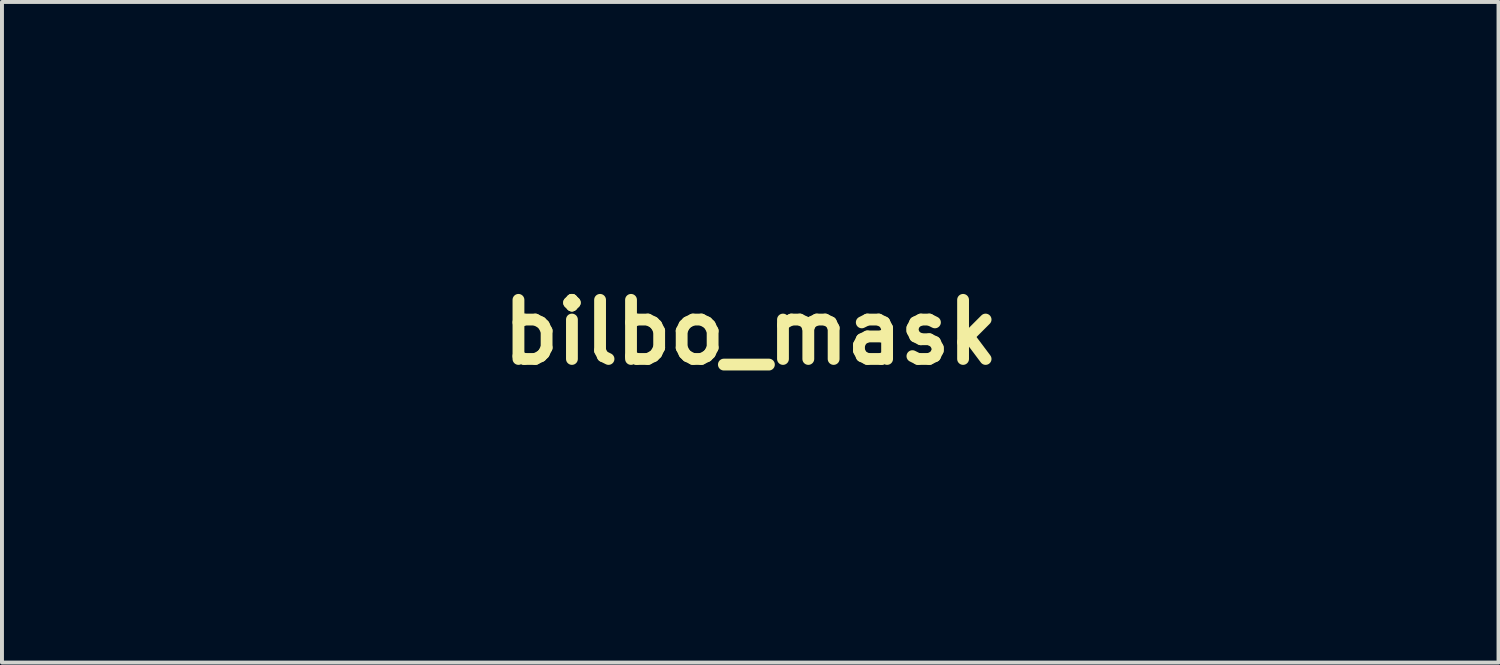
<source format=kicad_pcb>
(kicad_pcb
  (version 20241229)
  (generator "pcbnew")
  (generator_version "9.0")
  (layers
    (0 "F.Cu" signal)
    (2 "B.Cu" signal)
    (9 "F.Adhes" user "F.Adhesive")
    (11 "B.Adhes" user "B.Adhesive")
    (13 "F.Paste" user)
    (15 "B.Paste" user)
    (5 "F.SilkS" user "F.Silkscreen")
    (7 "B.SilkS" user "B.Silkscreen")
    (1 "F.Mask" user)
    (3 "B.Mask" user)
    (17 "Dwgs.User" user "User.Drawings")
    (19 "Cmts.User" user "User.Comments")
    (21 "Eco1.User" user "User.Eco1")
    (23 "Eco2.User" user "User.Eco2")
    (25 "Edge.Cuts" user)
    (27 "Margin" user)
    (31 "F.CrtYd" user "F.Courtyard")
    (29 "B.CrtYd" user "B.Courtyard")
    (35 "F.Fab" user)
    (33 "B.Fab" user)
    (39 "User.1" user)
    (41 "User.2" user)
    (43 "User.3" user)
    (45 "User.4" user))
  (footprint "bilbo_mask"
    (layer "F.Cu")
    (at 16.003 5.383)
    (property "Reference" "bilbo_mask" (at 0 0 0) (layer "F.SilkS") (effects (font (size 1.5 1.5) (thickness 0.3))))
    (attr board_only exclude_from_pos_files exclude_from_bom)
    (fp_poly (pts (xy -12.251 -2.475) (xy -11.998 -2.472) (xy -11.788 -2.469) (xy -11.615 -2.466) (xy -11.477 -2.462) (xy -11.366 -2.458) (xy -11.28 -2.452) (xy -11.212 -2.446) (xy -11.159 -2.437) (xy -11.115 -2.428) (xy -11.102 -2.424) (xy -10.86 -2.336) (xy -10.657 -2.222) (xy -10.493 -2.081) (xy -10.368 -1.913) (xy -10.282 -1.718) (xy -10.265 -1.661) (xy -10.243 -1.537) (xy -10.234 -1.383) (xy -10.236 -1.217) (xy -10.251 -1.055) (xy -10.269 -0.947) (xy -10.35 -0.689) (xy -10.473 -0.451) (xy -10.633 -0.238) (xy -10.827 -0.054) (xy -11.053 0.095) (xy -11.115 0.128) (xy -11.214 0.176) (xy -11.303 0.217) (xy -11.386 0.25) (xy -11.469 0.277) (xy -11.557 0.298) (xy -11.656 0.315) (xy -11.771 0.327) (xy -11.907 0.336) (xy -12.071 0.342) (xy -12.266 0.347) (xy -12.499 0.35) (xy -12.737 0.352) (xy -13.752 0.361) (xy -13.669 -0.119) (xy -13.189 -0.119) (xy -12.527 -0.119) (xy -12.325 -0.12) (xy -12.163 -0.121) (xy -12.034 -0.124) (xy -11.932 -0.128) (xy -11.849 -0.135) (xy -11.779 -0.144) (xy -11.713 -0.157) (xy -11.665 -0.168) (xy -11.419 -0.247) (xy -11.208 -0.359) (xy -11.031 -0.501) (xy -10.891 -0.672) (xy -10.789 -0.87) (xy -10.726 -1.093) (xy -10.705 -1.324) (xy -10.719 -1.505) (xy -10.766 -1.654) (xy -10.847 -1.774) (xy -10.966 -1.868) (xy -11.124 -1.936) (xy -11.305 -1.979) (xy -11.382 -1.987) (xy -11.502 -1.993) (xy -11.661 -1.997) (xy -11.853 -1.999) (xy -12.075 -1.999) (xy -12.163 -1.998) (xy -12.865 -1.991) (xy -13.013 -1.145) (xy -13.048 -0.946) (xy -13.08 -0.759) (xy -13.11 -0.589) (xy -13.135 -0.443) (xy -13.155 -0.327) (xy -13.169 -0.246) (xy -13.175 -0.209) (xy -13.189 -0.119) (xy -13.669 -0.119) (xy -13.52 -0.982) (xy -13.476 -1.231) (xy -13.435 -1.468) (xy -13.397 -1.689) (xy -13.362 -1.888) (xy -13.332 -2.061) (xy -13.307 -2.204) (xy -13.288 -2.313) (xy -13.276 -2.382) (xy -13.272 -2.405) (xy -13.258 -2.484)) (stroke (width 0) (type solid)) (fill yes) (layer "F.Mask"))
    (fp_poly (pts (xy 12.189 0.477) (xy 12.446 0.525) (xy 12.694 0.61) (xy 12.928 0.731) (xy 13.144 0.887) (xy 13.338 1.077) (xy 13.504 1.301) (xy 13.618 1.509) (xy 13.702 1.716) (xy 13.754 1.916) (xy 13.779 2.126) (xy 13.78 2.358) (xy 13.771 2.501) (xy 13.758 2.613) (xy 13.736 2.715) (xy 13.703 2.824) (xy 13.696 2.844) (xy 13.629 3.018) (xy 13.554 3.167) (xy 13.462 3.304) (xy 13.344 3.444) (xy 13.249 3.543) (xy 13.062 3.712) (xy 12.87 3.843) (xy 12.658 3.945) (xy 12.485 4.006) (xy 12.337 4.04) (xy 12.161 4.062) (xy 11.974 4.07) (xy 11.796 4.065) (xy 11.644 4.045) (xy 11.639 4.044) (xy 11.353 3.96) (xy 11.094 3.839) (xy 10.86 3.677) (xy 10.767 3.596) (xy 10.564 3.375) (xy 10.403 3.135) (xy 10.285 2.876) (xy 10.213 2.602) (xy 10.185 2.312) (xy 10.184 2.278) (xy 10.188 2.229) (xy 10.639 2.229) (xy 10.653 2.462) (xy 10.709 2.697) (xy 10.783 2.876) (xy 10.905 3.072) (xy 11.065 3.247) (xy 11.254 3.395) (xy 11.466 3.511) (xy 11.693 3.588) (xy 11.758 3.602) (xy 11.865 3.613) (xy 11.998 3.614) (xy 12.14 3.605) (xy 12.27 3.587) (xy 12.356 3.568) (xy 12.585 3.475) (xy 12.793 3.341) (xy 12.941 3.209) (xy 13.1 3.018) (xy 13.216 2.813) (xy 13.291 2.6) (xy 13.328 2.382) (xy 13.328 2.165) (xy 13.293 1.951) (xy 13.225 1.747) (xy 13.125 1.555) (xy 12.996 1.381) (xy 12.84 1.229) (xy 12.658 1.104) (xy 12.451 1.009) (xy 12.223 0.95) (xy 11.985 0.93) (xy 11.736 0.952) (xy 11.507 1.014) (xy 11.298 1.113) (xy 11.113 1.244) (xy 10.955 1.403) (xy 10.825 1.585) (xy 10.728 1.786) (xy 10.665 2.002) (xy 10.639 2.229) (xy 10.188 2.229) (xy 10.206 1.98) (xy 10.272 1.702) (xy 10.381 1.442) (xy 10.535 1.201) (xy 10.709 1.001) (xy 10.926 0.813) (xy 11.161 0.666) (xy 11.409 0.56) (xy 11.666 0.494) (xy 11.928 0.466)) (stroke (width 0) (type solid)) (fill yes) (layer "F.Mask"))
    (fp_poly (pts (xy -13.208 0.976) (xy -13.023 0.977) (xy -12.831 0.979) (xy -12.638 0.981) (xy -12.451 0.983) (xy -12.275 0.986) (xy -12.116 0.99) (xy -11.98 0.993) (xy -11.873 0.997) (xy -11.801 1.001) (xy -11.781 1.002) (xy -11.518 1.052) (xy -11.29 1.131) (xy -11.098 1.241) (xy -10.94 1.384) (xy -10.815 1.559) (xy -10.731 1.738) (xy -10.677 1.94) (xy -10.653 2.167) (xy -10.658 2.408) (xy -10.691 2.652) (xy -10.75 2.888) (xy -10.835 3.105) (xy -10.881 3.194) (xy -11.006 3.373) (xy -11.167 3.546) (xy -11.355 3.703) (xy -11.559 3.837) (xy -11.731 3.922) (xy -11.833 3.964) (xy -11.927 3.997) (xy -12.02 4.024) (xy -12.117 4.045) (xy -12.225 4.061) (xy -12.351 4.072) (xy -12.501 4.08) (xy -12.682 4.085) (xy -12.9 4.088) (xy -13.058 4.089) (xy -13.262 4.09) (xy -13.465 4.091) (xy -13.657 4.09) (xy -13.831 4.09) (xy -13.977 4.088) (xy -14.087 4.087) (xy -14.12 4.086) (xy -14.396 4.077) (xy -14.318 3.629) (xy -13.84 3.629) (xy -13.055 3.619) (xy -12.83 3.616) (xy -12.648 3.612) (xy -12.502 3.608) (xy -12.386 3.602) (xy -12.297 3.596) (xy -12.227 3.588) (xy -12.171 3.578) (xy -12.128 3.567) (xy -11.951 3.503) (xy -11.775 3.414) (xy -11.614 3.311) (xy -11.49 3.207) (xy -11.361 3.054) (xy -11.259 2.881) (xy -11.184 2.696) (xy -11.136 2.505) (xy -11.117 2.313) (xy -11.125 2.128) (xy -11.162 1.956) (xy -11.227 1.803) (xy -11.321 1.676) (xy -11.425 1.593) (xy -11.485 1.558) (xy -11.549 1.53) (xy -11.622 1.508) (xy -11.708 1.49) (xy -11.814 1.477) (xy -11.943 1.467) (xy -12.102 1.461) (xy -12.295 1.457) (xy -12.528 1.455) (xy -12.664 1.455) (xy -13.463 1.455) (xy -13.639 2.474) (xy -13.676 2.691) (xy -13.711 2.896) (xy -13.743 3.082) (xy -13.772 3.245) (xy -13.795 3.38) (xy -13.813 3.482) (xy -13.824 3.545) (xy -13.827 3.562) (xy -13.84 3.629) (xy -14.318 3.629) (xy -14.127 2.533) (xy -14.081 2.269) (xy -14.037 2.018) (xy -13.997 1.785) (xy -13.96 1.575) (xy -13.928 1.39) (xy -13.901 1.235) (xy -13.88 1.114) (xy -13.866 1.03) (xy -13.858 0.988) (xy -13.857 0.984) (xy -13.834 0.981) (xy -13.769 0.978) (xy -13.668 0.977) (xy -13.537 0.976) (xy -13.382 0.976)) (stroke (width 0) (type solid)) (fill yes) (layer "F.Mask"))
    (fp_poly (pts (xy 4.216 0.984) (xy 4.472 0.986) (xy 4.684 0.988) (xy 4.859 0.991) (xy 5.001 0.994) (xy 5.114 0.998) (xy 5.205 1.002) (xy 5.277 1.008) (xy 5.335 1.015) (xy 5.385 1.024) (xy 5.432 1.035) (xy 5.469 1.045) (xy 5.705 1.13) (xy 5.903 1.244) (xy 6.064 1.389) (xy 6.188 1.563) (xy 6.219 1.622) (xy 6.274 1.751) (xy 6.311 1.873) (xy 6.333 2.002) (xy 6.341 2.149) (xy 6.339 2.33) (xy 6.338 2.353) (xy 6.314 2.625) (xy 6.262 2.864) (xy 6.179 3.079) (xy 6.062 3.277) (xy 5.907 3.466) (xy 5.845 3.531) (xy 5.634 3.712) (xy 5.404 3.857) (xy 5.145 3.969) (xy 4.966 4.024) (xy 4.901 4.041) (xy 4.842 4.054) (xy 4.783 4.065) (xy 4.718 4.073) (xy 4.64 4.079) (xy 4.544 4.083) (xy 4.422 4.086) (xy 4.269 4.088) (xy 4.078 4.089) (xy 3.947 4.09) (xy 3.743 4.091) (xy 3.54 4.091) (xy 3.347 4.09) (xy 3.174 4.088) (xy 3.027 4.085) (xy 2.917 4.082) (xy 2.884 4.081) (xy 2.607 4.066) (xy 2.687 3.607) (xy 3.171 3.607) (xy 3.194 3.612) (xy 3.259 3.616) (xy 3.359 3.62) (xy 3.49 3.622) (xy 3.643 3.624) (xy 3.815 3.625) (xy 3.849 3.625) (xy 4.083 3.624) (xy 4.275 3.622) (xy 4.432 3.617) (xy 4.559 3.609) (xy 4.662 3.599) (xy 4.735 3.589) (xy 4.991 3.522) (xy 5.225 3.416) (xy 5.432 3.275) (xy 5.489 3.224) (xy 5.64 3.057) (xy 5.752 2.873) (xy 5.827 2.667) (xy 5.866 2.433) (xy 5.874 2.254) (xy 5.863 2.055) (xy 5.826 1.892) (xy 5.763 1.761) (xy 5.669 1.655) (xy 5.571 1.586) (xy 5.51 1.553) (xy 5.445 1.526) (xy 5.372 1.505) (xy 5.285 1.488) (xy 5.178 1.475) (xy 5.047 1.466) (xy 4.887 1.46) (xy 4.691 1.457) (xy 4.455 1.455) (xy 4.339 1.455) (xy 3.539 1.455) (xy 3.354 2.522) (xy 3.317 2.742) (xy 3.281 2.947) (xy 3.25 3.133) (xy 3.222 3.295) (xy 3.2 3.428) (xy 3.183 3.528) (xy 3.174 3.589) (xy 3.171 3.607) (xy 2.687 3.607) (xy 2.866 2.576) (xy 2.911 2.314) (xy 2.954 2.065) (xy 2.995 1.833) (xy 3.031 1.623) (xy 3.064 1.437) (xy 3.091 1.282) (xy 3.113 1.159) (xy 3.128 1.075) (xy 3.136 1.033) (xy 3.137 1.03) (xy 3.15 0.974)) (stroke (width 0) (type solid)) (fill yes) (layer "F.Mask"))
    (fp_poly (pts (xy 4.753 -2.475) (xy 5.014 -2.472) (xy 5.232 -2.469) (xy 5.413 -2.465) (xy 5.562 -2.46) (xy 5.684 -2.453) (xy 5.785 -2.443) (xy 5.869 -2.431) (xy 5.942 -2.414) (xy 6.009 -2.393) (xy 6.076 -2.367) (xy 6.146 -2.336) (xy 6.194 -2.314) (xy 6.378 -2.204) (xy 6.529 -2.062) (xy 6.644 -1.891) (xy 6.724 -1.694) (xy 6.767 -1.475) (xy 6.771 -1.237) (xy 6.736 -0.983) (xy 6.725 -0.933) (xy 6.639 -0.666) (xy 6.517 -0.43) (xy 6.358 -0.223) (xy 6.161 -0.044) (xy 5.924 0.109) (xy 5.855 0.144) (xy 5.763 0.189) (xy 5.68 0.226) (xy 5.601 0.257) (xy 5.52 0.282) (xy 5.433 0.302) (xy 5.333 0.317) (xy 5.215 0.329) (xy 5.075 0.337) (xy 4.907 0.343) (xy 4.705 0.347) (xy 4.465 0.35) (xy 4.265 0.352) (xy 4.018 0.354) (xy 3.815 0.356) (xy 3.651 0.356) (xy 3.522 0.356) (xy 3.424 0.355) (xy 3.353 0.352) (xy 3.305 0.348) (xy 3.276 0.343) (xy 3.261 0.336) (xy 3.256 0.327) (xy 3.257 0.318) (xy 3.263 0.287) (xy 3.276 0.213) (xy 3.295 0.101) (xy 3.321 -0.045) (xy 3.334 -0.119) (xy 3.81 -0.119) (xy 4.458 -0.119) (xy 4.677 -0.12) (xy 4.855 -0.122) (xy 4.998 -0.127) (xy 5.112 -0.134) (xy 5.204 -0.143) (xy 5.28 -0.155) (xy 5.29 -0.157) (xy 5.534 -0.227) (xy 5.749 -0.332) (xy 5.932 -0.468) (xy 6.081 -0.632) (xy 6.193 -0.821) (xy 6.265 -1.034) (xy 6.295 -1.266) (xy 6.296 -1.312) (xy 6.289 -1.466) (xy 6.267 -1.585) (xy 6.226 -1.681) (xy 6.172 -1.755) (xy 6.114 -1.815) (xy 6.05 -1.865) (xy 5.977 -1.905) (xy 5.888 -1.937) (xy 5.78 -1.962) (xy 5.648 -1.979) (xy 5.485 -1.991) (xy 5.288 -1.999) (xy 5.052 -2.002) (xy 4.865 -2.003) (xy 4.137 -2.003) (xy 3.986 -1.127) (xy 3.951 -0.926) (xy 3.919 -0.737) (xy 3.889 -0.568) (xy 3.864 -0.422) (xy 3.844 -0.306) (xy 3.83 -0.225) (xy 3.823 -0.185) (xy 3.822 -0.185) (xy 3.81 -0.119) (xy 3.334 -0.119) (xy 3.351 -0.22) (xy 3.386 -0.42) (xy 3.424 -0.642) (xy 3.465 -0.879) (xy 3.494 -1.049) (xy 3.536 -1.296) (xy 3.577 -1.53) (xy 3.614 -1.746) (xy 3.648 -1.94) (xy 3.677 -2.108) (xy 3.701 -2.246) (xy 3.719 -2.348) (xy 3.73 -2.411) (xy 3.734 -2.429) (xy 3.746 -2.484)) (stroke (width 0) (type solid)) (fill yes) (layer "F.Mask"))
    (fp_poly (pts (xy -5.153 -3.631) (xy -5.157 -3.601) (xy -5.169 -3.527) (xy -5.188 -3.41) (xy -5.215 -3.253) (xy -5.248 -3.058) (xy -5.287 -2.829) (xy -5.332 -2.566) (xy -5.382 -2.273) (xy -5.438 -1.951) (xy -5.497 -1.604) (xy -5.562 -1.233) (xy -5.629 -0.84) (xy -5.701 -0.429) (xy -5.775 -0.002) (xy -5.852 0.44) (xy -5.922 0.847) (xy -6.69 5.259) (xy -7.65 5.265) (xy -7.902 5.266) (xy -8.119 5.266) (xy -8.3 5.264) (xy -8.441 5.262) (xy -8.541 5.258) (xy -8.598 5.253) (xy -8.61 5.248) (xy -8.606 5.223) (xy -8.594 5.154) (xy -8.575 5.043) (xy -8.55 4.894) (xy -8.533 4.799) (xy -8.045 4.799) (xy -8.045 4.8) (xy -8.018 4.806) (xy -7.953 4.811) (xy -7.858 4.814) (xy -7.743 4.817) (xy -7.615 4.817) (xy -7.484 4.817) (xy -7.36 4.815) (xy -7.25 4.812) (xy -7.164 4.807) (xy -7.11 4.802) (xy -7.098 4.797) (xy -7.093 4.773) (xy -7.08 4.704) (xy -7.06 4.594) (xy -7.034 4.447) (xy -7.001 4.264) (xy -6.963 4.048) (xy -6.92 3.804) (xy -6.873 3.533) (xy -6.821 3.238) (xy -6.766 2.923) (xy -6.707 2.591) (xy -6.647 2.244) (xy -6.584 1.886) (xy -6.52 1.519) (xy -6.454 1.146) (xy -6.389 0.77) (xy -6.323 0.395) (xy -6.258 0.023) (xy -6.195 -0.344) (xy -6.132 -0.701) (xy -6.072 -1.046) (xy -6.015 -1.376) (xy -5.961 -1.688) (xy -5.91 -1.98) (xy -5.864 -2.247) (xy -5.822 -2.488) (xy -5.786 -2.7) (xy -5.755 -2.878) (xy -5.731 -3.021) (xy -5.713 -3.126) (xy -5.703 -3.189) (xy -5.7 -3.207) (xy -5.723 -3.211) (xy -5.786 -3.214) (xy -5.883 -3.215) (xy -6.006 -3.216) (xy -6.148 -3.215) (xy -6.183 -3.214) (xy -6.666 -3.208) (xy -7.361 0.787) (xy -7.435 1.217) (xy -7.508 1.634) (xy -7.577 2.036) (xy -7.643 2.42) (xy -7.706 2.785) (xy -7.765 3.127) (xy -7.819 3.444) (xy -7.869 3.734) (xy -7.913 3.995) (xy -7.952 4.223) (xy -7.984 4.417) (xy -8.01 4.574) (xy -8.029 4.692) (xy -8.041 4.767) (xy -8.045 4.799) (xy -8.533 4.799) (xy -8.518 4.709) (xy -8.48 4.49) (xy -8.437 4.242) (xy -8.39 3.967) (xy -8.338 3.666) (xy -8.282 3.344) (xy -8.223 3.003) (xy -8.161 2.646) (xy -8.097 2.276) (xy -8.031 1.895) (xy -7.964 1.506) (xy -7.895 1.112) (xy -7.827 0.716) (xy -7.758 0.321) (xy -7.69 -0.071) (xy -7.623 -0.457) (xy -7.558 -0.833) (xy -7.494 -1.198) (xy -7.434 -1.548) (xy -7.376 -1.88) (xy -7.321 -2.193) (xy -7.271 -2.482) (xy -7.225 -2.745) (xy -7.184 -2.98) (xy -7.149 -3.183) (xy -7.119 -3.352) (xy -7.096 -3.483) (xy -7.08 -3.575) (xy -7.071 -3.624) (xy -7.07 -3.631) (xy -7.056 -3.697) (xy -6.104 -3.697) (xy -5.152 -3.697)) (stroke (width 0) (type solid)) (fill yes) (layer "F.Mask"))
    (fp_poly (pts (xy -2.653 -3.696) (xy -2.46 -3.695) (xy -2.288 -3.693) (xy -2.141 -3.691) (xy -2.024 -3.687) (xy -1.943 -3.684) (xy -1.903 -3.68) (xy -1.9 -3.679) (xy -1.903 -3.654) (xy -1.914 -3.584) (xy -1.932 -3.473) (xy -1.956 -3.322) (xy -1.988 -3.134) (xy -2.025 -2.913) (xy -2.068 -2.659) (xy -2.116 -2.377) (xy -2.169 -2.068) (xy -2.227 -1.735) (xy -2.288 -1.38) (xy -2.352 -1.006) (xy -2.42 -0.617) (xy -2.49 -0.213) (xy -2.519 -0.048) (xy -2.59 0.361) (xy -2.659 0.757) (xy -2.725 1.138) (xy -2.788 1.501) (xy -2.847 1.844) (xy -2.903 2.164) (xy -2.953 2.458) (xy -2.999 2.724) (xy -3.04 2.96) (xy -3.075 3.163) (xy -3.103 3.33) (xy -3.125 3.458) (xy -3.14 3.546) (xy -3.147 3.59) (xy -3.148 3.595) (xy -3.139 3.601) (xy -3.11 3.606) (xy -3.06 3.61) (xy -2.984 3.614) (xy -2.88 3.617) (xy -2.747 3.619) (xy -2.58 3.621) (xy -2.379 3.623) (xy -2.139 3.624) (xy -1.858 3.625) (xy -1.534 3.625) (xy -1.288 3.625) (xy -0.938 3.625) (xy -0.633 3.626) (xy -0.37 3.626) (xy -0.146 3.627) (xy 0.041 3.629) (xy 0.195 3.631) (xy 0.318 3.633) (xy 0.413 3.636) (xy 0.483 3.64) (xy 0.531 3.644) (xy 0.56 3.649) (xy 0.572 3.655) (xy 0.572 3.657) (xy 0.568 3.687) (xy 0.557 3.756) (xy 0.54 3.859) (xy 0.518 3.988) (xy 0.492 4.137) (xy 0.464 4.298) (xy 0.434 4.465) (xy 0.405 4.632) (xy 0.377 4.79) (xy 0.351 4.933) (xy 0.329 5.055) (xy 0.311 5.148) (xy 0.3 5.206) (xy 0.298 5.217) (xy 0.285 5.271) (xy -2.54 5.271) (xy -2.905 5.271) (xy -3.255 5.27) (xy -3.589 5.269) (xy -3.903 5.268) (xy -4.195 5.267) (xy -4.461 5.265) (xy -4.698 5.264) (xy -4.904 5.262) (xy -5.076 5.259) (xy -5.211 5.257) (xy -5.305 5.255) (xy -5.357 5.252) (xy -5.366 5.25) (xy -5.362 5.225) (xy -5.351 5.156) (xy -5.332 5.046) (xy -5.306 4.896) (xy -5.289 4.799) (xy -4.801 4.799) (xy -4.801 4.8) (xy -4.776 4.802) (xy -4.707 4.805) (xy -4.597 4.807) (xy -4.448 4.808) (xy -4.265 4.81) (xy -4.05 4.811) (xy -3.807 4.812) (xy -3.54 4.813) (xy -3.25 4.813) (xy -2.942 4.813) (xy -2.618 4.812) (xy -2.449 4.812) (xy -0.107 4.806) (xy -0.044 4.46) (xy -0.023 4.337) (xy -0.007 4.231) (xy 0.002 4.15) (xy 0.004 4.104) (xy 0.003 4.096) (xy -0.023 4.093) (xy -0.093 4.091) (xy -0.204 4.088) (xy -0.351 4.085) (xy -0.531 4.082) (xy -0.74 4.08) (xy -0.975 4.078) (xy -1.232 4.076) (xy -1.507 4.074) (xy -1.798 4.073) (xy -1.863 4.072) (xy -3.712 4.066) (xy -3.085 0.465) (xy -3.014 0.057) (xy -2.945 -0.339) (xy -2.879 -0.72) (xy -2.816 -1.083) (xy -2.757 -1.425) (xy -2.702 -1.745) (xy -2.651 -2.04) (xy -2.605 -2.306) (xy -2.564 -2.542) (xy -2.53 -2.745) (xy -2.501 -2.912) (xy -2.48 -3.041) (xy -2.465 -3.129) (xy -2.458 -3.174) (xy -2.457 -3.178) (xy -2.46 -3.193) (xy -2.473 -3.203) (xy -2.502 -3.21) (xy -2.553 -3.215) (xy -2.632 -3.217) (xy -2.745 -3.216) (xy -2.899 -3.215) (xy -2.939 -3.214) (xy -3.422 -3.208) (xy -4.117 0.787) (xy -4.191 1.217) (xy -4.264 1.634) (xy -4.333 2.036) (xy -4.4 2.42) (xy -4.462 2.785) (xy -4.521 3.127) (xy -4.575 3.444) (xy -4.625 3.734) (xy -4.669 3.995) (xy -4.708 4.223) (xy -4.74 4.417) (xy -4.766 4.574) (xy -4.785 4.692) (xy -4.797 4.768) (xy -4.801 4.799) (xy -5.289 4.799) (xy -5.274 4.711) (xy -5.237 4.493) (xy -5.194 4.245) (xy -5.146 3.97) (xy -5.094 3.67) (xy -5.039 3.348) (xy -4.98 3.007) (xy -4.918 2.65) (xy -4.854 2.28) (xy -4.788 1.899) (xy -4.72 1.51) (xy -4.652 1.116) (xy -4.583 0.72) (xy -4.515 0.325) (xy -4.447 -0.067) (xy -4.38 -0.453) (xy -4.314 -0.829) (xy -4.251 -1.194) (xy -4.19 -1.544) (xy -4.132 -1.877) (xy -4.078 -2.189) (xy -4.028 -2.479) (xy -3.982 -2.742) (xy -3.941 -2.977) (xy -3.905 -3.181) (xy -3.876 -3.35) (xy -3.852 -3.482) (xy -3.836 -3.574) (xy -3.827 -3.624) (xy -3.826 -3.631) (xy -3.812 -3.697) (xy -2.861 -3.697)) (stroke (width 0) (type solid)) (fill yes) (layer "F.Mask"))
    (fp_poly (pts (xy -14.288 -3.693) (xy -14.142 -3.692) (xy -13.965 -3.691) (xy -13.758 -3.689) (xy -13.527 -3.687) (xy -13.274 -3.684) (xy -13.004 -3.68) (xy -12.756 -3.677) (xy -12.411 -3.672) (xy -12.11 -3.667) (xy -11.849 -3.663) (xy -11.624 -3.658) (xy -11.431 -3.653) (xy -11.266 -3.647) (xy -11.126 -3.64) (xy -11.006 -3.632) (xy -10.903 -3.622) (xy -10.813 -3.61) (xy -10.731 -3.596) (xy -10.654 -3.579) (xy -10.578 -3.56) (xy -10.499 -3.537) (xy -10.414 -3.512) (xy -10.387 -3.503) (xy -10.065 -3.384) (xy -9.775 -3.233) (xy -9.518 -3.052) (xy -9.296 -2.844) (xy -9.111 -2.61) (xy -8.965 -2.353) (xy -8.859 -2.074) (xy -8.821 -1.92) (xy -8.796 -1.751) (xy -8.782 -1.556) (xy -8.78 -1.351) (xy -8.789 -1.149) (xy -8.809 -0.964) (xy -8.839 -0.81) (xy -8.842 -0.799) (xy -8.953 -0.49) (xy -9.107 -0.199) (xy -9.299 0.069) (xy -9.526 0.309) (xy -9.784 0.516) (xy -9.832 0.548) (xy -9.992 0.654) (xy -9.836 0.805) (xy -9.636 1.032) (xy -9.475 1.285) (xy -9.354 1.564) (xy -9.274 1.867) (xy -9.235 2.194) (xy -9.23 2.358) (xy -9.252 2.731) (xy -9.317 3.088) (xy -9.425 3.425) (xy -9.574 3.742) (xy -9.764 4.035) (xy -9.968 4.277) (xy -10.229 4.519) (xy -10.516 4.728) (xy -10.833 4.903) (xy -11.183 5.048) (xy -11.568 5.162) (xy -11.696 5.192) (xy -11.985 5.256) (xy -13.994 5.265) (xy -16.003 5.273) (xy -16.003 5.123) (xy -15.999 5.088) (xy -15.988 5.01) (xy -15.969 4.891) (xy -15.954 4.799) (xy -15.485 4.799) (xy -15.485 4.8) (xy -15.46 4.804) (xy -15.391 4.807) (xy -15.285 4.81) (xy -15.145 4.813) (xy -14.977 4.815) (xy -14.784 4.816) (xy -14.573 4.817) (xy -14.347 4.817) (xy -14.112 4.817) (xy -13.872 4.817) (xy -13.632 4.816) (xy -13.397 4.814) (xy -13.171 4.812) (xy -12.959 4.81) (xy -12.767 4.807) (xy -12.598 4.804) (xy -12.458 4.8) (xy -12.351 4.796) (xy -12.292 4.793) (xy -11.896 4.745) (xy -11.534 4.666) (xy -11.205 4.556) (xy -10.906 4.414) (xy -10.633 4.238) (xy -10.39 4.032) (xy -10.174 3.795) (xy -9.999 3.535) (xy -9.863 3.249) (xy -9.784 3.01) (xy -9.76 2.918) (xy -9.743 2.838) (xy -9.731 2.757) (xy -9.724 2.665) (xy -9.721 2.551) (xy -9.72 2.402) (xy -9.719 2.373) (xy -9.72 2.222) (xy -9.722 2.108) (xy -9.727 2.02) (xy -9.736 1.948) (xy -9.75 1.882) (xy -9.77 1.811) (xy -9.788 1.758) (xy -9.881 1.531) (xy -10.004 1.328) (xy -10.151 1.154) (xy -10.317 1.017) (xy -10.364 0.988) (xy -10.424 0.958) (xy -10.518 0.917) (xy -10.633 0.87) (xy -10.759 0.821) (xy -10.796 0.808) (xy -10.913 0.765) (xy -11.012 0.728) (xy -11.086 0.7) (xy -11.127 0.684) (xy -11.132 0.681) (xy -11.115 0.67) (xy -11.062 0.644) (xy -10.982 0.607) (xy -10.906 0.573) (xy -10.646 0.456) (xy -10.425 0.347) (xy -10.237 0.242) (xy -10.076 0.139) (xy -9.934 0.031) (xy -9.804 -0.084) (xy -9.721 -0.169) (xy -9.546 -0.382) (xy -9.413 -0.607) (xy -9.32 -0.849) (xy -9.266 -1.114) (xy -9.247 -1.407) (xy -9.247 -1.407) (xy -9.259 -1.67) (xy -9.297 -1.899) (xy -9.366 -2.104) (xy -9.468 -2.293) (xy -9.607 -2.474) (xy -9.705 -2.577) (xy -9.884 -2.736) (xy -10.08 -2.867) (xy -10.299 -2.975) (xy -10.547 -3.062) (xy -10.831 -3.13) (xy -11.024 -3.164) (xy -11.087 -3.173) (xy -11.154 -3.181) (xy -11.229 -3.187) (xy -11.316 -3.193) (xy -11.42 -3.197) (xy -11.545 -3.2) (xy -11.695 -3.203) (xy -11.875 -3.205) (xy -12.089 -3.206) (xy -12.341 -3.207) (xy -12.636 -3.207) (xy -12.698 -3.207) (xy -14.104 -3.208) (xy -14.799 0.787) (xy -14.874 1.217) (xy -14.946 1.634) (xy -15.016 2.036) (xy -15.082 2.42) (xy -15.145 2.785) (xy -15.204 3.127) (xy -15.258 3.444) (xy -15.308 3.734) (xy -15.352 3.995) (xy -15.391 4.223) (xy -15.424 4.417) (xy -15.45 4.574) (xy -15.469 4.692) (xy -15.481 4.767) (xy -15.485 4.799) (xy -15.954 4.799) (xy -15.944 4.734) (xy -15.912 4.542) (xy -15.875 4.317) (xy -15.832 4.063) (xy -15.785 3.782) (xy -15.734 3.477) (xy -15.679 3.151) (xy -15.621 2.807) (xy -15.559 2.447) (xy -15.496 2.074) (xy -15.431 1.692) (xy -15.364 1.303) (xy -15.297 0.91) (xy -15.229 0.515) (xy -15.161 0.121) (xy -15.094 -0.268) (xy -15.028 -0.65) (xy -14.964 -1.022) (xy -14.902 -1.381) (xy -14.842 -1.725) (xy -14.785 -2.051) (xy -14.732 -2.355) (xy -14.683 -2.636) (xy -14.638 -2.889) (xy -14.598 -3.113) (xy -14.564 -3.305) (xy -14.535 -3.461) (xy -14.513 -3.579) (xy -14.498 -3.657) (xy -14.491 -3.69) (xy -14.49 -3.691) (xy -14.465 -3.693) (xy -14.397 -3.693)) (stroke (width 0) (type solid)) (fill yes) (layer "F.Mask"))
    (fp_poly (pts (xy 11.004 -5.38) (xy 11.072 -5.37) (xy 11.179 -5.352) (xy 11.322 -5.328) (xy 11.497 -5.297) (xy 11.7 -5.262) (xy 11.928 -5.222) (xy 12.176 -5.178) (xy 12.442 -5.131) (xy 12.721 -5.081) (xy 13.01 -5.029) (xy 13.305 -4.976) (xy 13.602 -4.923) (xy 13.897 -4.869) (xy 14.188 -4.817) (xy 14.469 -4.765) (xy 14.738 -4.716) (xy 14.99 -4.67) (xy 15.222 -4.627) (xy 15.43 -4.589) (xy 15.611 -4.555) (xy 15.76 -4.527) (xy 15.875 -4.504) (xy 15.95 -4.489) (xy 15.983 -4.481) (xy 15.984 -4.481) (xy 15.984 -4.455) (xy 15.975 -4.383) (xy 15.957 -4.267) (xy 15.931 -4.107) (xy 15.898 -3.904) (xy 15.856 -3.66) (xy 15.806 -3.375) (xy 15.749 -3.05) (xy 15.685 -2.687) (xy 15.613 -2.286) (xy 15.534 -1.849) (xy 15.484 -1.572) (xy 15.406 -1.14) (xy 15.336 -0.753) (xy 15.274 -0.408) (xy 15.219 -0.102) (xy 15.171 0.166) (xy 15.13 0.4) (xy 15.094 0.602) (xy 15.065 0.774) (xy 15.041 0.92) (xy 15.021 1.04) (xy 15.006 1.139) (xy 14.996 1.217) (xy 14.988 1.279) (xy 14.984 1.326) (xy 14.983 1.36) (xy 14.985 1.385) (xy 14.988 1.402) (xy 14.989 1.407) (xy 15.036 1.576) (xy 15.07 1.779) (xy 15.093 2.004) (xy 15.103 2.239) (xy 15.1 2.471) (xy 15.083 2.688) (xy 15.066 2.804) (xy 14.976 3.172) (xy 14.845 3.522) (xy 14.676 3.852) (xy 14.47 4.157) (xy 14.232 4.436) (xy 13.963 4.685) (xy 13.668 4.901) (xy 13.348 5.082) (xy 13.008 5.224) (xy 12.649 5.324) (xy 12.497 5.353) (xy 12.322 5.374) (xy 12.118 5.384) (xy 11.903 5.386) (xy 11.694 5.378) (xy 11.508 5.36) (xy 11.45 5.352) (xy 11.093 5.268) (xy 10.749 5.141) (xy 10.421 4.972) (xy 10.113 4.766) (xy 9.83 4.526) (xy 9.577 4.254) (xy 9.356 3.953) (xy 9.188 3.661) (xy 9.046 3.331) (xy 8.946 2.996) (xy 8.888 2.648) (xy 8.871 2.316) (xy 9.332 2.316) (xy 9.36 2.653) (xy 9.432 2.99) (xy 9.434 2.996) (xy 9.553 3.325) (xy 9.712 3.631) (xy 9.906 3.912) (xy 10.133 4.164) (xy 10.389 4.386) (xy 10.671 4.573) (xy 10.975 4.723) (xy 11.297 4.834) (xy 11.634 4.901) (xy 11.734 4.912) (xy 11.841 4.921) (xy 11.937 4.924) (xy 12.036 4.923) (xy 12.154 4.916) (xy 12.303 4.903) (xy 12.321 4.901) (xy 12.606 4.853) (xy 12.895 4.763) (xy 13.181 4.636) (xy 13.454 4.476) (xy 13.705 4.287) (xy 13.851 4.153) (xy 14.084 3.888) (xy 14.276 3.605) (xy 14.426 3.308) (xy 14.535 2.999) (xy 14.605 2.684) (xy 14.636 2.365) (xy 14.628 2.046) (xy 14.581 1.73) (xy 14.498 1.423) (xy 14.377 1.126) (xy 14.22 0.844) (xy 14.028 0.581) (xy 13.801 0.339) (xy 13.539 0.124) (xy 13.244 -0.062) (xy 13.13 -0.121) (xy 12.813 -0.25) (xy 12.481 -0.335) (xy 12.14 -0.377) (xy 11.795 -0.375) (xy 11.452 -0.328) (xy 11.129 -0.241) (xy 10.81 -0.108) (xy 10.516 0.062) (xy 10.25 0.266) (xy 10.014 0.499) (xy 9.809 0.759) (xy 9.638 1.041) (xy 9.503 1.341) (xy 9.406 1.657) (xy 9.348 1.983) (xy 9.332 2.316) (xy 8.871 2.316) (xy 8.869 2.278) (xy 8.869 2.278) (xy 8.891 1.884) (xy 8.956 1.511) (xy 9.064 1.157) (xy 9.216 0.822) (xy 9.413 0.504) (xy 9.654 0.202) (xy 9.776 0.072) (xy 10.024 -0.179) (xy 10.082 -0.503) (xy 10.564 -0.503) (xy 10.714 -0.571) (xy 11.004 -0.685) (xy 11.297 -0.765) (xy 11.602 -0.813) (xy 11.93 -0.829) (xy 12.104 -0.827) (xy 12.443 -0.801) (xy 12.754 -0.746) (xy 13.049 -0.658) (xy 13.337 -0.533) (xy 13.63 -0.369) (xy 13.709 -0.319) (xy 13.85 -0.217) (xy 14.005 -0.087) (xy 14.163 0.059) (xy 14.311 0.211) (xy 14.438 0.356) (xy 14.484 0.415) (xy 14.607 0.581) (xy 14.625 0.511) (xy 14.632 0.478) (xy 14.647 0.401) (xy 14.669 0.284) (xy 14.697 0.131) (xy 14.731 -0.057) (xy 14.771 -0.275) (xy 14.816 -0.519) (xy 14.865 -0.788) (xy 14.917 -1.076) (xy 14.973 -1.382) (xy 15.03 -1.701) (xy 15.052 -1.821) (xy 15.11 -2.142) (xy 15.165 -2.451) (xy 15.216 -2.743) (xy 15.264 -3.015) (xy 15.307 -3.264) (xy 15.345 -3.487) (xy 15.377 -3.681) (xy 15.404 -3.841) (xy 15.423 -3.966) (xy 15.436 -4.052) (xy 15.44 -4.095) (xy 15.44 -4.1) (xy 15.413 -4.107) (xy 15.344 -4.122) (xy 15.236 -4.144) (xy 15.094 -4.171) (xy 14.921 -4.204) (xy 14.723 -4.241) (xy 14.502 -4.281) (xy 14.264 -4.325) (xy 14.012 -4.371) (xy 13.751 -4.418) (xy 13.484 -4.467) (xy 13.216 -4.515) (xy 12.95 -4.562) (xy 12.692 -4.608) (xy 12.445 -4.652) (xy 12.213 -4.693) (xy 12 -4.73) (xy 11.811 -4.762) (xy 11.649 -4.789) (xy 11.519 -4.811) (xy 11.425 -4.826) (xy 11.372 -4.833) (xy 11.36 -4.833) (xy 11.354 -4.808) (xy 11.34 -4.739) (xy 11.318 -4.63) (xy 11.29 -4.485) (xy 11.257 -4.306) (xy 11.218 -4.096) (xy 11.174 -3.86) (xy 11.126 -3.601) (xy 11.075 -3.321) (xy 11.021 -3.025) (xy 10.969 -2.737) (xy 10.913 -2.427) (xy 10.859 -2.129) (xy 10.807 -1.847) (xy 10.76 -1.584) (xy 10.716 -1.344) (xy 10.678 -1.13) (xy 10.644 -0.946) (xy 10.617 -0.796) (xy 10.596 -0.682) (xy 10.583 -0.608) (xy 10.578 -0.579) (xy 10.564 -0.503) (xy 10.082 -0.503) (xy 10.495 -2.774) (xy 10.558 -3.12) (xy 10.618 -3.451) (xy 10.676 -3.767) (xy 10.731 -4.063) (xy 10.781 -4.338) (xy 10.827 -4.586) (xy 10.868 -4.807) (xy 10.904 -4.997) (xy 10.933 -5.152) (xy 10.956 -5.269) (xy 10.971 -5.347) (xy 10.979 -5.381) (xy 10.979 -5.383)) (stroke (width 0) (type solid)) (fill yes) (layer "F.Mask"))
    (fp_poly (pts (xy 2.862 -3.691) (xy 3.04 -3.69) (xy 3.246 -3.688) (xy 3.478 -3.686) (xy 3.731 -3.683) (xy 4.002 -3.68) (xy 4.249 -3.676) (xy 4.591 -3.671) (xy 4.889 -3.667) (xy 5.148 -3.663) (xy 5.37 -3.658) (xy 5.56 -3.653) (xy 5.722 -3.647) (xy 5.86 -3.641) (xy 5.977 -3.633) (xy 6.079 -3.623) (xy 6.167 -3.612) (xy 6.247 -3.599) (xy 6.323 -3.584) (xy 6.398 -3.566) (xy 6.475 -3.545) (xy 6.56 -3.521) (xy 6.576 -3.517) (xy 6.727 -3.466) (xy 6.894 -3.4) (xy 7.062 -3.324) (xy 7.214 -3.245) (xy 7.335 -3.171) (xy 7.336 -3.171) (xy 7.461 -3.074) (xy 7.595 -2.954) (xy 7.722 -2.825) (xy 7.828 -2.7) (xy 7.858 -2.66) (xy 7.965 -2.495) (xy 8.05 -2.329) (xy 8.121 -2.144) (xy 8.149 -2.058) (xy 8.172 -1.979) (xy 8.189 -1.91) (xy 8.201 -1.84) (xy 8.208 -1.761) (xy 8.212 -1.66) (xy 8.213 -1.529) (xy 8.213 -1.419) (xy 8.212 -1.255) (xy 8.209 -1.128) (xy 8.203 -1.028) (xy 8.193 -0.946) (xy 8.179 -0.87) (xy 8.161 -0.799) (xy 8.054 -0.498) (xy 7.905 -0.213) (xy 7.716 0.052) (xy 7.492 0.291) (xy 7.237 0.5) (xy 7.178 0.54) (xy 7.102 0.591) (xy 7.045 0.63) (xy 7.014 0.652) (xy 7.012 0.654) (xy 7.027 0.671) (xy 7.07 0.715) (xy 7.132 0.78) (xy 7.198 0.847) (xy 7.383 1.061) (xy 7.527 1.289) (xy 7.637 1.542) (xy 7.654 1.59) (xy 7.731 1.896) (xy 7.769 2.218) (xy 7.767 2.549) (xy 7.726 2.882) (xy 7.648 3.21) (xy 7.534 3.525) (xy 7.385 3.821) (xy 7.299 3.958) (xy 7.097 4.214) (xy 6.857 4.45) (xy 6.582 4.661) (xy 6.279 4.845) (xy 5.952 4.999) (xy 5.608 5.117) (xy 5.465 5.155) (xy 5.379 5.175) (xy 5.297 5.192) (xy 5.217 5.208) (xy 5.133 5.221) (xy 5.042 5.232) (xy 4.942 5.241) (xy 4.828 5.249) (xy 4.696 5.255) (xy 4.543 5.26) (xy 4.366 5.264) (xy 4.16 5.266) (xy 3.922 5.268) (xy 3.649 5.269) (xy 3.336 5.27) (xy 2.981 5.27) (xy 2.853 5.27) (xy 0.948 5.271) (xy 0.962 5.181) (xy 0.974 5.111) (xy 0.993 4.999) (xy 1.019 4.848) (xy 1.027 4.802) (xy 1.52 4.802) (xy 1.545 4.805) (xy 1.614 4.808) (xy 1.723 4.81) (xy 1.868 4.812) (xy 2.046 4.813) (xy 2.251 4.814) (xy 2.481 4.814) (xy 2.732 4.813) (xy 2.999 4.812) (xy 3.181 4.811) (xy 3.503 4.809) (xy 3.782 4.806) (xy 4.022 4.804) (xy 4.225 4.802) (xy 4.396 4.799) (xy 4.538 4.796) (xy 4.657 4.793) (xy 4.755 4.789) (xy 4.836 4.784) (xy 4.905 4.778) (xy 4.965 4.771) (xy 5.02 4.763) (xy 5.074 4.754) (xy 5.1 4.749) (xy 5.441 4.672) (xy 5.745 4.576) (xy 6.017 4.456) (xy 6.264 4.31) (xy 6.492 4.135) (xy 6.654 3.984) (xy 6.832 3.787) (xy 6.973 3.589) (xy 7.086 3.376) (xy 7.16 3.19) (xy 7.23 2.944) (xy 7.277 2.678) (xy 7.298 2.408) (xy 7.292 2.148) (xy 7.262 1.927) (xy 7.21 1.745) (xy 7.131 1.558) (xy 7.032 1.382) (xy 6.922 1.232) (xy 6.879 1.186) (xy 6.792 1.104) (xy 6.702 1.035) (xy 6.602 0.973) (xy 6.482 0.914) (xy 6.331 0.853) (xy 6.183 0.798) (xy 6.07 0.757) (xy 5.976 0.722) (xy 5.908 0.695) (xy 5.875 0.681) (xy 5.873 0.679) (xy 5.895 0.667) (xy 5.954 0.639) (xy 6.042 0.598) (xy 6.153 0.547) (xy 6.266 0.495) (xy 6.486 0.39) (xy 6.668 0.296) (xy 6.822 0.207) (xy 6.955 0.117) (xy 7.076 0.023) (xy 7.192 -0.083) (xy 7.229 -0.118) (xy 7.391 -0.297) (xy 7.518 -0.477) (xy 7.619 -0.675) (xy 7.674 -0.818) (xy 7.708 -0.949) (xy 7.732 -1.112) (xy 7.747 -1.294) (xy 7.751 -1.48) (xy 7.744 -1.656) (xy 7.725 -1.807) (xy 7.717 -1.848) (xy 7.653 -2.061) (xy 7.563 -2.248) (xy 7.442 -2.423) (xy 7.298 -2.58) (xy 7.196 -2.677) (xy 7.111 -2.75) (xy 7.025 -2.809) (xy 6.925 -2.866) (xy 6.842 -2.907) (xy 6.658 -2.989) (xy 6.479 -3.054) (xy 6.287 -3.107) (xy 6.069 -3.151) (xy 5.998 -3.163) (xy 5.924 -3.172) (xy 5.813 -3.18) (xy 5.67 -3.187) (xy 5.498 -3.194) (xy 5.304 -3.2) (xy 5.092 -3.205) (xy 4.867 -3.21) (xy 4.633 -3.214) (xy 4.396 -3.217) (xy 4.16 -3.219) (xy 3.931 -3.22) (xy 3.713 -3.22) (xy 3.51 -3.219) (xy 3.329 -3.217) (xy 3.173 -3.213) (xy 3.047 -3.209) (xy 2.957 -3.203) (xy 2.907 -3.197) (xy 2.899 -3.192) (xy 2.892 -3.162) (xy 2.878 -3.088) (xy 2.858 -2.974) (xy 2.83 -2.822) (xy 2.797 -2.635) (xy 2.758 -2.416) (xy 2.715 -2.168) (xy 2.667 -1.894) (xy 2.615 -1.597) (xy 2.56 -1.28) (xy 2.502 -0.946) (xy 2.442 -0.597) (xy 2.379 -0.238) (xy 2.316 0.13) (xy 2.251 0.503) (xy 2.186 0.879) (xy 2.122 1.254) (xy 2.058 1.625) (xy 1.995 1.99) (xy 1.934 2.345) (xy 1.875 2.688) (xy 1.819 3.016) (xy 1.767 3.326) (xy 1.717 3.614) (xy 1.673 3.878) (xy 1.633 4.115) (xy 1.598 4.321) (xy 1.569 4.495) (xy 1.546 4.633) (xy 1.53 4.732) (xy 1.521 4.789) (xy 1.52 4.802) (xy 1.027 4.802) (xy 1.051 4.662) (xy 1.089 4.443) (xy 1.132 4.194) (xy 1.179 3.918) (xy 1.232 3.617) (xy 1.288 3.295) (xy 1.347 2.954) (xy 1.409 2.596) (xy 1.474 2.226) (xy 1.54 1.844) (xy 1.608 1.455) (xy 1.677 1.062) (xy 1.746 0.666) (xy 1.815 0.27) (xy 1.884 -0.121) (xy 1.951 -0.507) (xy 2.017 -0.884) (xy 2.081 -1.248) (xy 2.143 -1.598) (xy 2.201 -1.931) (xy 2.256 -2.244) (xy 2.307 -2.533) (xy 2.353 -2.797) (xy 2.395 -3.032) (xy 2.431 -3.236) (xy 2.461 -3.405) (xy 2.485 -3.538) (xy 2.501 -3.63) (xy 2.511 -3.681) (xy 2.513 -3.689) (xy 2.538 -3.691) (xy 2.607 -3.692) (xy 2.716 -3.692)) (stroke (width 0) (type solid)) (fill yes) (layer "F.Mask")))
  (gr_rect
    (start -3 -3)
    (end 34.987 13.768)
    (stroke (width 0.1) (type default))
    (fill no)
    (layer "Edge.Cuts")))
</source>
